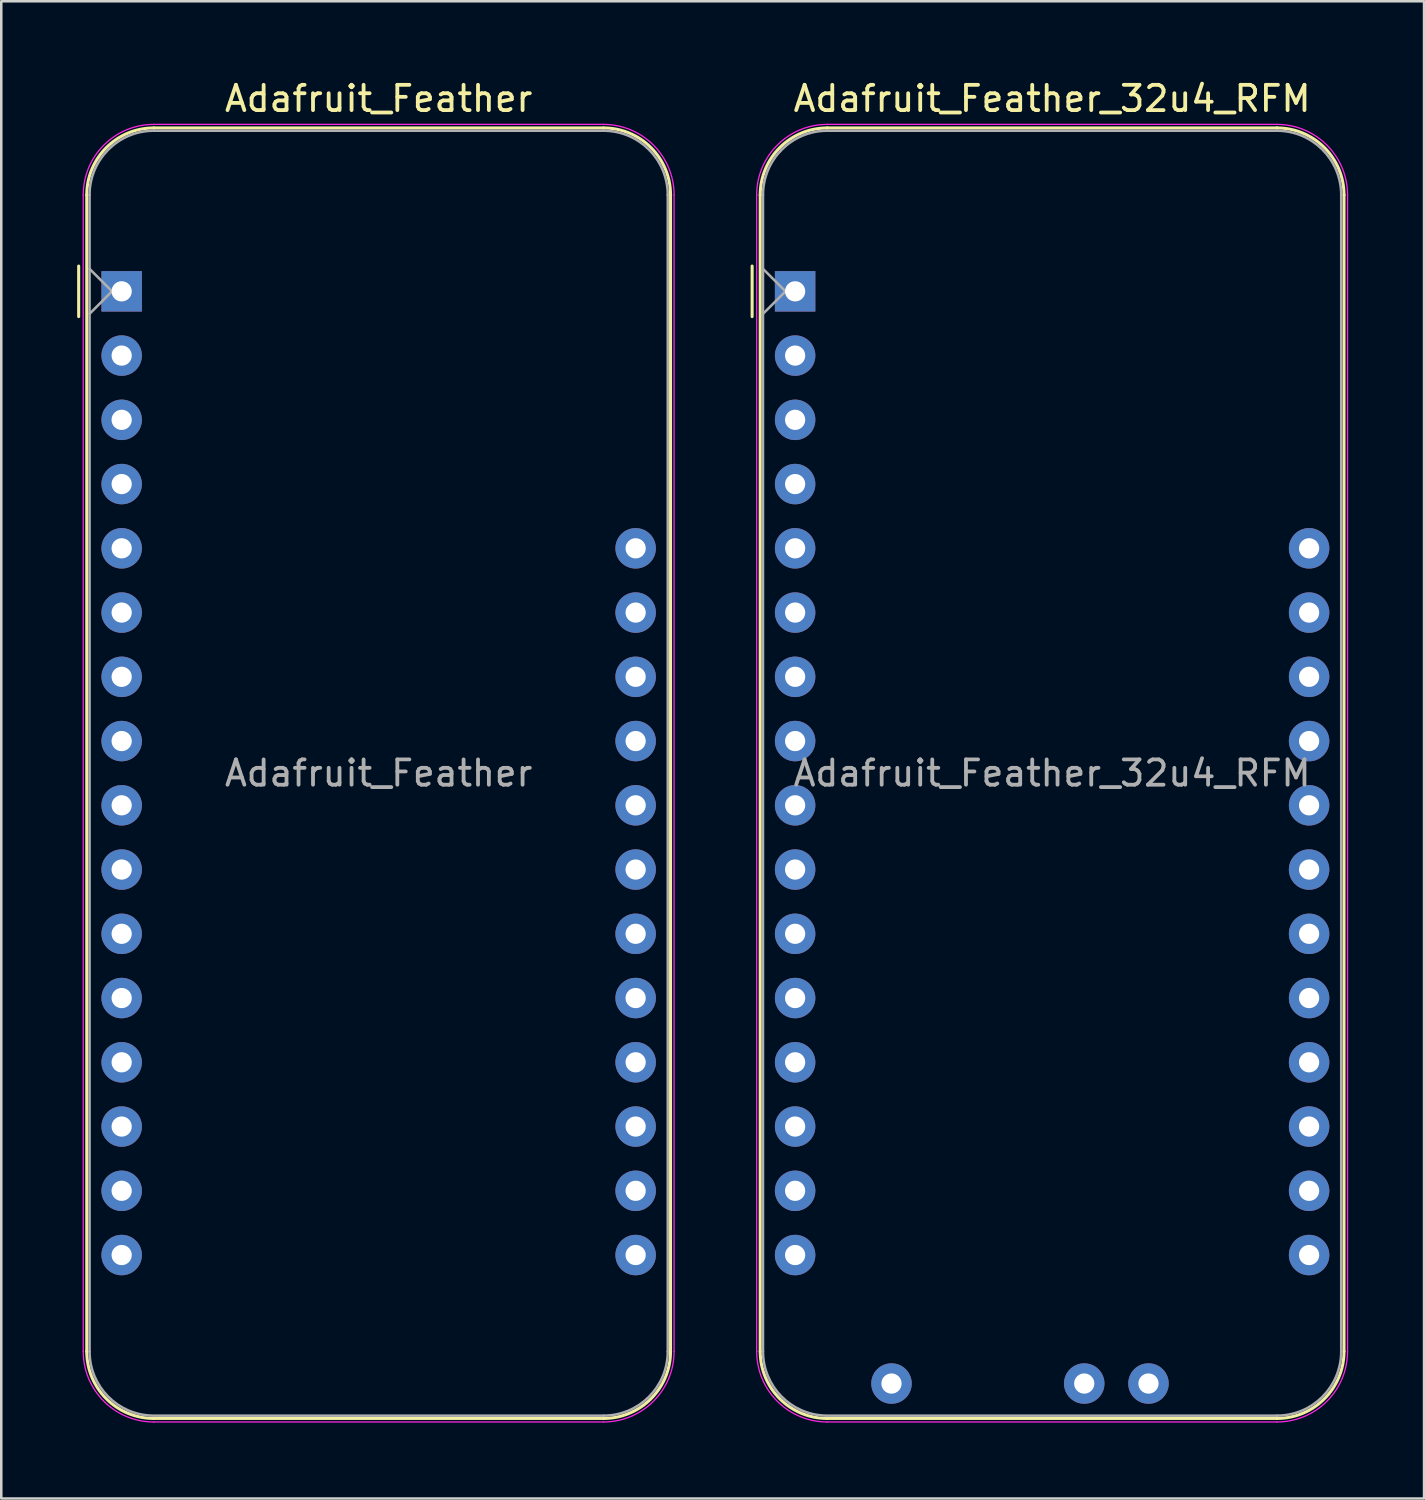
<source format=kicad_pcb>
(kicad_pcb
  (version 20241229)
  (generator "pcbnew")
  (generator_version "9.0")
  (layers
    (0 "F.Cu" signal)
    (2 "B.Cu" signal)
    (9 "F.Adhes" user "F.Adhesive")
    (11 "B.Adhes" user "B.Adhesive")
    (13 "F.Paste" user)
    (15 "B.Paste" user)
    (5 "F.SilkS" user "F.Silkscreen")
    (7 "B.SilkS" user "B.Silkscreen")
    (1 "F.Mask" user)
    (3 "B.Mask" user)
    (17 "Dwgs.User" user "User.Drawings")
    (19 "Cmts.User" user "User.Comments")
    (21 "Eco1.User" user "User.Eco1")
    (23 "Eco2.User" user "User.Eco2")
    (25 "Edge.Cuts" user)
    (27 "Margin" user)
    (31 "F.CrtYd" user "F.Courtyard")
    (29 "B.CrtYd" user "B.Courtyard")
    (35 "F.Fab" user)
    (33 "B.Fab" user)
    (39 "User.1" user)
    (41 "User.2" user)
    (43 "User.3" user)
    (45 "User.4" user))
  (footprint "Adafruit_Feather"
    (layer "F.Cu")
    (at 1.76 8.468)
    (property "Reference" "Adafruit_Feather" (at 10.16 -7.62 0) (layer "F.SilkS") (effects (font (size 1 1) (thickness 0.15))))
    (attr through_hole)
    (fp_line (start -1.7 1) (end -1.7 -1) (stroke (width 0.12) (type solid)) (layer "F.SilkS"))
    (fp_line (start -1.38 -3.81) (end -1.38 41.91) (stroke (width 0.12) (type solid)) (layer "F.SilkS"))
    (fp_line (start 19.05 -6.46) (end 1.27 -6.46) (stroke (width 0.12) (type solid)) (layer "F.SilkS"))
    (fp_line (start 19.05 44.56) (end 1.27 44.56) (stroke (width 0.12) (type solid)) (layer "F.SilkS"))
    (fp_line (start 21.7 -3.81) (end 21.7 41.91) (stroke (width 0.12) (type solid)) (layer "F.SilkS"))
    (fp_arc (start -1.38 -3.81) (mid -0.603833 -5.683833) (end 1.27 -6.46) (stroke (width 0.12) (type solid)) (layer "F.SilkS"))
    (fp_arc (start 1.27 44.56) (mid -0.603833 43.783833) (end -1.38 41.91) (stroke (width 0.12) (type solid)) (layer "F.SilkS"))
    (fp_arc (start 19.05 -6.46) (mid 20.923833 -5.683833) (end 21.7 -3.81) (stroke (width 0.12) (type solid)) (layer "F.SilkS"))
    (fp_arc (start 21.7 41.91) (mid 20.923833 43.783833) (end 19.05 44.56) (stroke (width 0.12) (type solid)) (layer "F.SilkS"))
    (fp_line (start -1.52 41.91) (end -1.52 -3.81) (stroke (width 0.05) (type solid)) (layer "F.CrtYd"))
    (fp_line (start 19.05 -6.6) (end 1.27 -6.6) (stroke (width 0.05) (type solid)) (layer "F.CrtYd"))
    (fp_line (start 19.05 44.7) (end 1.27 44.7) (stroke (width 0.05) (type solid)) (layer "F.CrtYd"))
    (fp_line (start 21.84 41.91) (end 21.84 -3.81) (stroke (width 0.05) (type solid)) (layer "F.CrtYd"))
    (fp_arc (start -1.52 -3.81) (mid -0.702828 -5.782828) (end 1.27 -6.6) (stroke (width 0.05) (type solid)) (layer "F.CrtYd"))
    (fp_arc (start 1.27 44.7) (mid -0.702828 43.882828) (end -1.52 41.91) (stroke (width 0.05) (type solid)) (layer "F.CrtYd"))
    (fp_arc (start 19.05 -6.6) (mid 21.022828 -5.782828) (end 21.84 -3.81) (stroke (width 0.05) (type solid)) (layer "F.CrtYd"))
    (fp_arc (start 21.84 41.91) (mid 21.022828 43.882828) (end 19.05 44.7) (stroke (width 0.05) (type solid)) (layer "F.CrtYd"))
    (fp_line (start -1.27 -3.81) (end -1.27 41.91) (stroke (width 0.1) (type solid)) (layer "F.Fab"))
    (fp_line (start -1.27 -0.889) (end -0.381 0) (stroke (width 0.1) (type solid)) (layer "F.Fab"))
    (fp_line (start -0.381 0) (end -1.27 0.889) (stroke (width 0.1) (type solid)) (layer "F.Fab"))
    (fp_line (start 1.27 44.45) (end 19.05 44.45) (stroke (width 0.1) (type solid)) (layer "F.Fab"))
    (fp_line (start 19.05 -6.35) (end 1.27 -6.35) (stroke (width 0.1) (type solid)) (layer "F.Fab"))
    (fp_line (start 21.59 41.91) (end 21.59 -3.81) (stroke (width 0.1) (type solid)) (layer "F.Fab"))
    (fp_arc (start -1.27 -3.81) (mid -0.526051 -5.606051) (end 1.27 -6.35) (stroke (width 0.1) (type solid)) (layer "F.Fab"))
    (fp_arc (start 1.221238 44.449532) (mid -0.543209 43.688728) (end -1.27 41.91) (stroke (width 0.1) (type solid)) (layer "F.Fab"))
    (fp_arc (start 19.05 -6.35) (mid 20.846051 -5.606051) (end 21.59 -3.81) (stroke (width 0.1) (type solid)) (layer "F.Fab"))
    (fp_arc (start 21.59 41.91) (mid 20.846051 43.706051) (end 19.05 44.45) (stroke (width 0.1) (type solid)) (layer "F.Fab"))
    (fp_text user "${REFERENCE}" (at 10.16 19.05 180) (layer "F.Fab") (effects (font (size 1 1) (thickness 0.15))))
    (pad "1" thru_hole rect (at 0 0 180) (size 1.6 1.6) (drill 0.8) (layers "*.Cu" "*.Mask"))
    (pad "2" thru_hole circle (at 0 2.54 180) (size 1.6 1.6) (drill 0.8) (layers "*.Cu" "*.Mask"))
    (pad "3" thru_hole circle (at 0 5.08 180) (size 1.6 1.6) (drill 0.8) (layers "*.Cu" "*.Mask"))
    (pad "4" thru_hole circle (at 0 7.62 180) (size 1.6 1.6) (drill 0.8) (layers "*.Cu" "*.Mask"))
    (pad "5" thru_hole circle (at 0 10.16 180) (size 1.6 1.6) (drill 0.8) (layers "*.Cu" "*.Mask"))
    (pad "6" thru_hole circle (at 0 12.7 180) (size 1.6 1.6) (drill 0.8) (layers "*.Cu" "*.Mask"))
    (pad "7" thru_hole circle (at 0 15.24 180) (size 1.6 1.6) (drill 0.8) (layers "*.Cu" "*.Mask"))
    (pad "8" thru_hole circle (at 0 17.78 180) (size 1.6 1.6) (drill 0.8) (layers "*.Cu" "*.Mask"))
    (pad "9" thru_hole circle (at 0 20.32 180) (size 1.6 1.6) (drill 0.8) (layers "*.Cu" "*.Mask"))
    (pad "10" thru_hole circle (at 0 22.86 180) (size 1.6 1.6) (drill 0.8) (layers "*.Cu" "*.Mask"))
    (pad "11" thru_hole circle (at 0 25.4 180) (size 1.6 1.6) (drill 0.8) (layers "*.Cu" "*.Mask"))
    (pad "12" thru_hole circle (at 0 27.94 180) (size 1.6 1.6) (drill 0.8) (layers "*.Cu" "*.Mask"))
    (pad "13" thru_hole circle (at 0 30.48 180) (size 1.6 1.6) (drill 0.8) (layers "*.Cu" "*.Mask"))
    (pad "14" thru_hole circle (at 0 33.02 180) (size 1.6 1.6) (drill 0.8) (layers "*.Cu" "*.Mask"))
    (pad "15" thru_hole circle (at 0 35.56 180) (size 1.6 1.6) (drill 0.8) (layers "*.Cu" "*.Mask"))
    (pad "16" thru_hole circle (at 0 38.1 180) (size 1.6 1.6) (drill 0.8) (layers "*.Cu" "*.Mask"))
    (pad "17" thru_hole circle (at 20.32 38.1 180) (size 1.6 1.6) (drill 0.8) (layers "*.Cu" "*.Mask"))
    (pad "18" thru_hole circle (at 20.32 35.56 180) (size 1.6 1.6) (drill 0.8) (layers "*.Cu" "*.Mask"))
    (pad "19" thru_hole circle (at 20.32 33.02 180) (size 1.6 1.6) (drill 0.8) (layers "*.Cu" "*.Mask"))
    (pad "20" thru_hole circle (at 20.32 30.48 180) (size 1.6 1.6) (drill 0.8) (layers "*.Cu" "*.Mask"))
    (pad "21" thru_hole circle (at 20.32 27.94 180) (size 1.6 1.6) (drill 0.8) (layers "*.Cu" "*.Mask"))
    (pad "22" thru_hole circle (at 20.32 25.4 180) (size 1.6 1.6) (drill 0.8) (layers "*.Cu" "*.Mask"))
    (pad "23" thru_hole circle (at 20.32 22.86 180) (size 1.6 1.6) (drill 0.8) (layers "*.Cu" "*.Mask"))
    (pad "24" thru_hole circle (at 20.32 20.32 180) (size 1.6 1.6) (drill 0.8) (layers "*.Cu" "*.Mask"))
    (pad "25" thru_hole circle (at 20.32 17.78 180) (size 1.6 1.6) (drill 0.8) (layers "*.Cu" "*.Mask"))
    (pad "26" thru_hole circle (at 20.32 15.24 180) (size 1.6 1.6) (drill 0.8) (layers "*.Cu" "*.Mask"))
    (pad "27" thru_hole circle (at 20.32 12.7 180) (size 1.6 1.6) (drill 0.8) (layers "*.Cu" "*.Mask"))
    (pad "28" thru_hole circle (at 20.32 10.16 180) (size 1.6 1.6) (drill 0.8) (layers "*.Cu" "*.Mask")))
  (footprint "Adafruit_Feather_32u4_RFM"
    (layer "F.Cu")
    (at 28.385 8.468)
    (property "Reference" "Adafruit_Feather_32u4_RFM" (at 10.16 -7.62 0) (layer "F.SilkS") (effects (font (size 1 1) (thickness 0.15))))
    (attr through_hole)
    (fp_line (start -1.7 1) (end -1.7 -1) (stroke (width 0.12) (type solid)) (layer "F.SilkS"))
    (fp_line (start -1.38 -3.81) (end -1.38 41.91) (stroke (width 0.12) (type solid)) (layer "F.SilkS"))
    (fp_line (start 19.05 -6.46) (end 1.27 -6.46) (stroke (width 0.12) (type solid)) (layer "F.SilkS"))
    (fp_line (start 19.05 44.56) (end 1.27 44.56) (stroke (width 0.12) (type solid)) (layer "F.SilkS"))
    (fp_line (start 21.7 -3.81) (end 21.7 41.91) (stroke (width 0.12) (type solid)) (layer "F.SilkS"))
    (fp_arc (start -1.38 -3.81) (mid -0.603833 -5.683833) (end 1.27 -6.46) (stroke (width 0.12) (type solid)) (layer "F.SilkS"))
    (fp_arc (start 1.27 44.56) (mid -0.603833 43.783833) (end -1.38 41.91) (stroke (width 0.12) (type solid)) (layer "F.SilkS"))
    (fp_arc (start 19.05 -6.46) (mid 20.923833 -5.683833) (end 21.7 -3.81) (stroke (width 0.12) (type solid)) (layer "F.SilkS"))
    (fp_arc (start 21.7 41.91) (mid 20.923833 43.783833) (end 19.05 44.56) (stroke (width 0.12) (type solid)) (layer "F.SilkS"))
    (fp_line (start -1.52 41.91) (end -1.52 -3.81) (stroke (width 0.05) (type solid)) (layer "F.CrtYd"))
    (fp_line (start 19.05 -6.6) (end 1.27 -6.6) (stroke (width 0.05) (type solid)) (layer "F.CrtYd"))
    (fp_line (start 19.05 44.7) (end 1.27 44.7) (stroke (width 0.05) (type solid)) (layer "F.CrtYd"))
    (fp_line (start 21.84 41.91) (end 21.84 -3.81) (stroke (width 0.05) (type solid)) (layer "F.CrtYd"))
    (fp_arc (start -1.52 -3.81) (mid -0.702828 -5.782828) (end 1.27 -6.6) (stroke (width 0.05) (type solid)) (layer "F.CrtYd"))
    (fp_arc (start 1.27 44.7) (mid -0.702828 43.882828) (end -1.52 41.91) (stroke (width 0.05) (type solid)) (layer "F.CrtYd"))
    (fp_arc (start 19.05 -6.6) (mid 21.022828 -5.782828) (end 21.84 -3.81) (stroke (width 0.05) (type solid)) (layer "F.CrtYd"))
    (fp_arc (start 21.84 41.91) (mid 21.022828 43.882828) (end 19.05 44.7) (stroke (width 0.05) (type solid)) (layer "F.CrtYd"))
    (fp_line (start -1.27 -3.81) (end -1.27 41.91) (stroke (width 0.1) (type solid)) (layer "F.Fab"))
    (fp_line (start -1.27 -0.889) (end -0.381 0) (stroke (width 0.1) (type solid)) (layer "F.Fab"))
    (fp_line (start -0.381 0) (end -1.27 0.889) (stroke (width 0.1) (type solid)) (layer "F.Fab"))
    (fp_line (start 1.27 44.45) (end 19.05 44.45) (stroke (width 0.1) (type solid)) (layer "F.Fab"))
    (fp_line (start 19.05 -6.35) (end 1.27 -6.35) (stroke (width 0.1) (type solid)) (layer "F.Fab"))
    (fp_line (start 21.59 41.91) (end 21.59 -3.81) (stroke (width 0.1) (type solid)) (layer "F.Fab"))
    (fp_arc (start -1.27 -3.81) (mid -0.526051 -5.606051) (end 1.27 -6.35) (stroke (width 0.1) (type solid)) (layer "F.Fab"))
    (fp_arc (start 1.221238 44.449532) (mid -0.543209 43.688728) (end -1.27 41.91) (stroke (width 0.1) (type solid)) (layer "F.Fab"))
    (fp_arc (start 19.05 -6.35) (mid 20.846051 -5.606051) (end 21.59 -3.81) (stroke (width 0.1) (type solid)) (layer "F.Fab"))
    (fp_arc (start 21.59 41.91) (mid 20.846051 43.706051) (end 19.05 44.45) (stroke (width 0.1) (type solid)) (layer "F.Fab"))
    (fp_text user "${REFERENCE}" (at 10.16 19.05 180) (layer "F.Fab") (effects (font (size 1 1) (thickness 0.15))))
    (pad "1" thru_hole rect (at 0 0 180) (size 1.6 1.6) (drill 0.8) (layers "*.Cu" "*.Mask"))
    (pad "2" thru_hole circle (at 0 2.54 180) (size 1.6 1.6) (drill 0.8) (layers "*.Cu" "*.Mask"))
    (pad "3" thru_hole circle (at 0 5.08 180) (size 1.6 1.6) (drill 0.8) (layers "*.Cu" "*.Mask"))
    (pad "4" thru_hole circle (at 0 7.62 180) (size 1.6 1.6) (drill 0.8) (layers "*.Cu" "*.Mask"))
    (pad "5" thru_hole circle (at 0 10.16 180) (size 1.6 1.6) (drill 0.8) (layers "*.Cu" "*.Mask"))
    (pad "6" thru_hole circle (at 0 12.7 180) (size 1.6 1.6) (drill 0.8) (layers "*.Cu" "*.Mask"))
    (pad "7" thru_hole circle (at 0 15.24 180) (size 1.6 1.6) (drill 0.8) (layers "*.Cu" "*.Mask"))
    (pad "8" thru_hole circle (at 0 17.78 180) (size 1.6 1.6) (drill 0.8) (layers "*.Cu" "*.Mask"))
    (pad "9" thru_hole circle (at 0 20.32 180) (size 1.6 1.6) (drill 0.8) (layers "*.Cu" "*.Mask"))
    (pad "10" thru_hole circle (at 0 22.86 180) (size 1.6 1.6) (drill 0.8) (layers "*.Cu" "*.Mask"))
    (pad "11" thru_hole circle (at 0 25.4 180) (size 1.6 1.6) (drill 0.8) (layers "*.Cu" "*.Mask"))
    (pad "12" thru_hole circle (at 0 27.94 180) (size 1.6 1.6) (drill 0.8) (layers "*.Cu" "*.Mask"))
    (pad "13" thru_hole circle (at 0 30.48 180) (size 1.6 1.6) (drill 0.8) (layers "*.Cu" "*.Mask"))
    (pad "14" thru_hole circle (at 0 33.02 180) (size 1.6 1.6) (drill 0.8) (layers "*.Cu" "*.Mask"))
    (pad "15" thru_hole circle (at 0 35.56 180) (size 1.6 1.6) (drill 0.8) (layers "*.Cu" "*.Mask"))
    (pad "16" thru_hole circle (at 0 38.1 180) (size 1.6 1.6) (drill 0.8) (layers "*.Cu" "*.Mask"))
    (pad "17" thru_hole circle (at 20.32 38.1 180) (size 1.6 1.6) (drill 0.8) (layers "*.Cu" "*.Mask"))
    (pad "18" thru_hole circle (at 20.32 35.56 180) (size 1.6 1.6) (drill 0.8) (layers "*.Cu" "*.Mask"))
    (pad "19" thru_hole circle (at 20.32 33.02 180) (size 1.6 1.6) (drill 0.8) (layers "*.Cu" "*.Mask"))
    (pad "20" thru_hole circle (at 20.32 30.48 180) (size 1.6 1.6) (drill 0.8) (layers "*.Cu" "*.Mask"))
    (pad "21" thru_hole circle (at 20.32 27.94 180) (size 1.6 1.6) (drill 0.8) (layers "*.Cu" "*.Mask"))
    (pad "22" thru_hole circle (at 20.32 25.4 180) (size 1.6 1.6) (drill 0.8) (layers "*.Cu" "*.Mask"))
    (pad "23" thru_hole circle (at 20.32 22.86 180) (size 1.6 1.6) (drill 0.8) (layers "*.Cu" "*.Mask"))
    (pad "24" thru_hole circle (at 20.32 20.32 180) (size 1.6 1.6) (drill 0.8) (layers "*.Cu" "*.Mask"))
    (pad "25" thru_hole circle (at 20.32 17.78 180) (size 1.6 1.6) (drill 0.8) (layers "*.Cu" "*.Mask"))
    (pad "26" thru_hole circle (at 20.32 15.24 180) (size 1.6 1.6) (drill 0.8) (layers "*.Cu" "*.Mask"))
    (pad "27" thru_hole circle (at 20.32 12.7 180) (size 1.6 1.6) (drill 0.8) (layers "*.Cu" "*.Mask"))
    (pad "28" thru_hole circle (at 20.32 10.16 180) (size 1.6 1.6) (drill 0.8) (layers "*.Cu" "*.Mask"))
    (pad "29" thru_hole circle (at 3.81 43.18 180) (size 1.6 1.6) (drill 0.8) (layers "*.Cu" "*.Mask"))
    (pad "30" thru_hole circle (at 11.43 43.18 180) (size 1.6 1.6) (drill 0.8) (layers "*.Cu" "*.Mask"))
    (pad "31" thru_hole circle (at 13.97 43.18 180) (size 1.6 1.6) (drill 0.8) (layers "*.Cu" "*.Mask")))
  (gr_rect
    (start -3 -3)
    (end 53.25 56.193)
    (stroke (width 0.1) (type default))
    (fill no)
    (layer "Edge.Cuts")))
</source>
